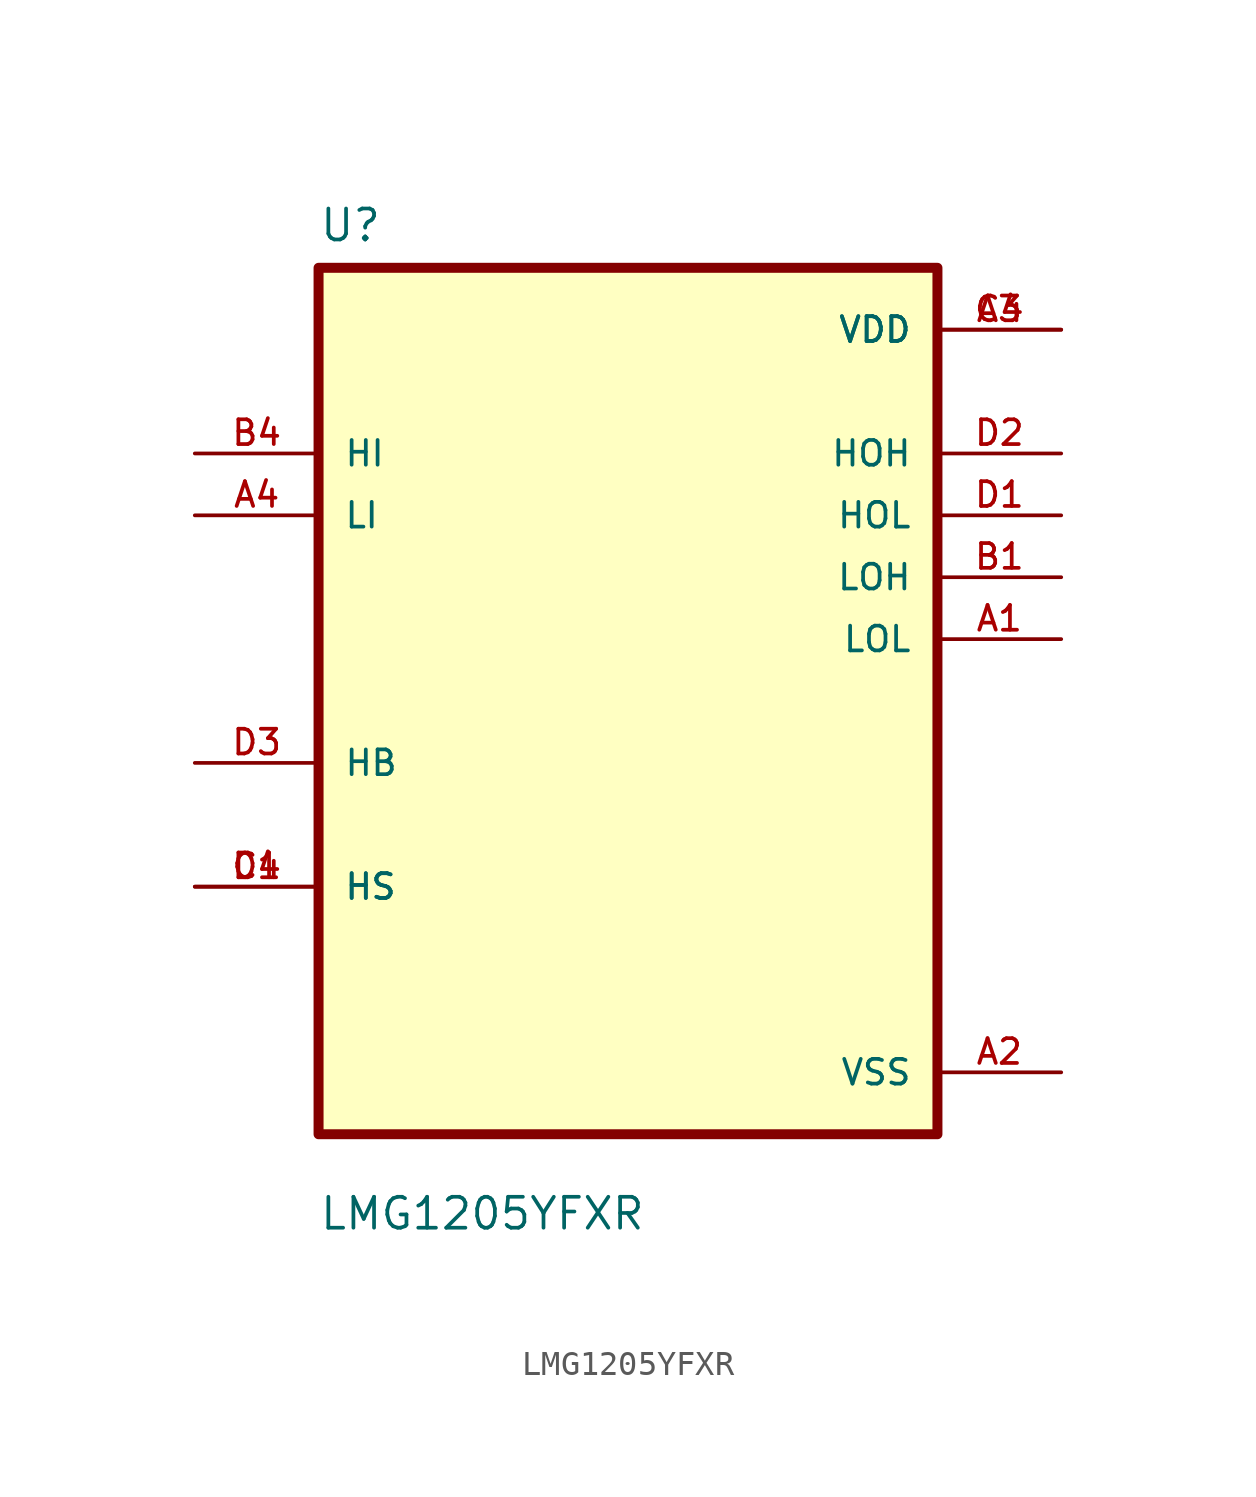
<source format=kicad_sym>
(kicad_symbol_lib
  (version 20211014)
  (generator kicad_symbol_editor)
  (symbol "LMG1205YFXR"
    (pin_names
      (offset 1.016))
    (property "Reference" "U"
      (at -12.7 18.78 0.0)
      (effects (font (size 1.27 1.27)) (justify bottom left)))
    (property "Value" "LMG1205YFXR"
      (at -12.7 -21.78 0.0)
      (effects (font (size 1.27 1.27)) (justify bottom left)))
    (symbol "LMG1205YFXR_0_0"
      (rectangle (start -12.7 -17.78) (end 12.7 17.78) (stroke (width 0.41)) (fill (type background)))
      (pin input line (at -17.78 10.16 0) (length 5.08) (name "HI" (effects (font (size 1.016 1.016)))) (number "B4" (effects (font (size 1.016 1.016)))))
      (pin input line (at -17.78 7.62 0) (length 5.08) (name "LI" (effects (font (size 1.016 1.016)))) (number "A4" (effects (font (size 1.016 1.016)))))
      (pin bidirectional line (at -17.78 -2.54 0) (length 5.08) (name "HB" (effects (font (size 1.016 1.016)))) (number "D3" (effects (font (size 1.016 1.016)))))
      (pin bidirectional line (at -17.78 -7.62 0) (length 5.08) (name "HS" (effects (font (size 1.016 1.016)))) (number "C1" (effects (font (size 1.016 1.016)))))
      (pin bidirectional line (at -17.78 -7.62 0) (length 5.08) (name "HS" (effects (font (size 1.016 1.016)))) (number "D4" (effects (font (size 1.016 1.016)))))
      (pin power_in line (at 17.78 15.24 180.0) (length 5.08) (name "VDD" (effects (font (size 1.016 1.016)))) (number "A3" (effects (font (size 1.016 1.016)))))
      (pin power_in line (at 17.78 15.24 180.0) (length 5.08) (name "VDD" (effects (font (size 1.016 1.016)))) (number "C4" (effects (font (size 1.016 1.016)))))
      (pin output line (at 17.78 10.16 180.0) (length 5.08) (name "HOH" (effects (font (size 1.016 1.016)))) (number "D2" (effects (font (size 1.016 1.016)))))
      (pin output line (at 17.78 7.62 180.0) (length 5.08) (name "HOL" (effects (font (size 1.016 1.016)))) (number "D1" (effects (font (size 1.016 1.016)))))
      (pin output line (at 17.78 5.08 180.0) (length 5.08) (name "LOH" (effects (font (size 1.016 1.016)))) (number "B1" (effects (font (size 1.016 1.016)))))
      (pin output line (at 17.78 2.54 180.0) (length 5.08) (name "LOL" (effects (font (size 1.016 1.016)))) (number "A1" (effects (font (size 1.016 1.016)))))
      (pin power_in line (at 17.78 -15.24 180.0) (length 5.08) (name "VSS" (effects (font (size 1.016 1.016)))) (number "A2" (effects (font (size 1.016 1.016))))))))
</source>
